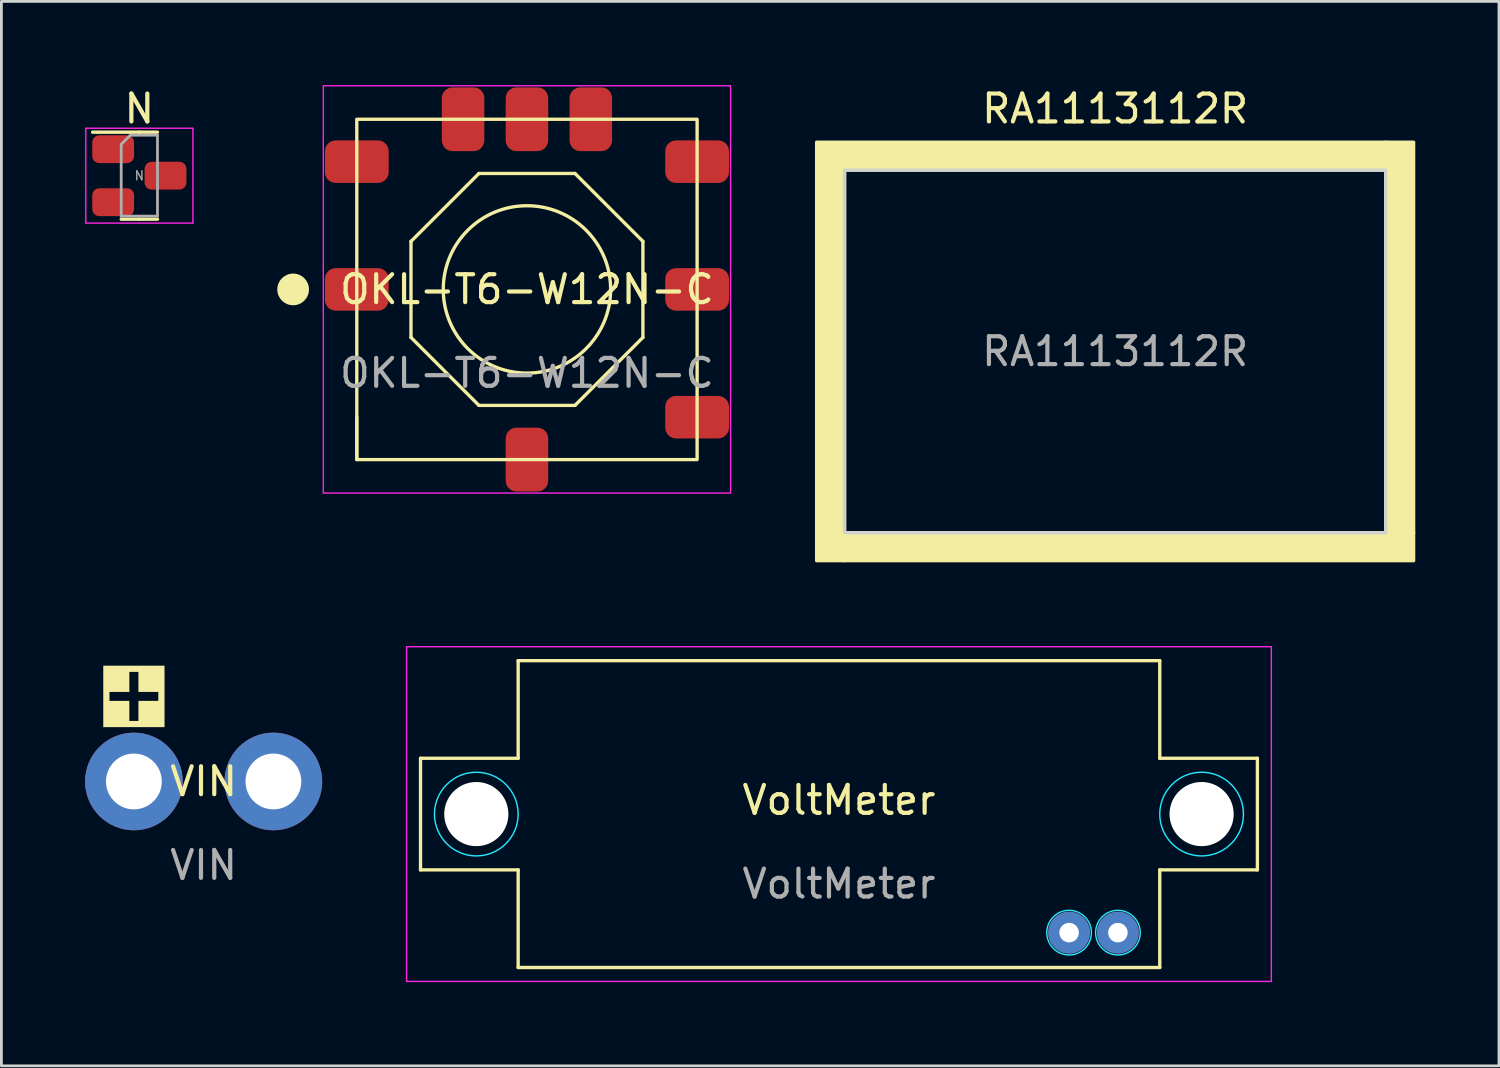
<source format=kicad_pcb>
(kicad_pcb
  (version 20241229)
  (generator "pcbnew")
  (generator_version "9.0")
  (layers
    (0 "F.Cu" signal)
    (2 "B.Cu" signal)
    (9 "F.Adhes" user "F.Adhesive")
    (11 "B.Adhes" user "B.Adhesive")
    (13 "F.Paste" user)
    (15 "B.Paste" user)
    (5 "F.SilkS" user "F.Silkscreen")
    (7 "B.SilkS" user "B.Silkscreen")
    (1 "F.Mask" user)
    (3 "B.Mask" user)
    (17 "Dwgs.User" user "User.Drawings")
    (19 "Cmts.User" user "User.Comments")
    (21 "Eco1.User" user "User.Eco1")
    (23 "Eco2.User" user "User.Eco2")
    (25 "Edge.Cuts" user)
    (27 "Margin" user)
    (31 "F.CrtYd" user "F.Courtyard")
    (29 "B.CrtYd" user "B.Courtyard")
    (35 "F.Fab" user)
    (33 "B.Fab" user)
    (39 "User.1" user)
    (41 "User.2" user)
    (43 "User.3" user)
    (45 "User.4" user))
  (footprint "VIN"
    (layer "F.Cu")
    (at 4.25 24.964)
    (property "Reference" "VIN" (at 0 0 0) (unlocked yes) (layer "F.SilkS") (effects (font (size 1 1) (thickness 0.15))))
    (attr through_hole)
    (fp_text user "+" (at -2.5 -3 0) (unlocked yes) (layer "F.SilkS" knockout) (effects (font (face "Arial Black") (size 2 2) (thickness 0.15))))
    (fp_text user "${REFERENCE}" (at 0 3 0) (unlocked yes) (layer "F.Fab") (effects (font (size 1 1) (thickness 0.15))))
    (pad "1" thru_hole circle (at -2.5 0) (size 3.5 3.5) (drill 2) (layers "*.Cu" "*.Mask"))
    (pad "2" thru_hole circle (at 2.5 0) (size 3.5 3.5) (drill 2) (layers "*.Cu" "*.Mask")))
  (footprint "VoltMeter"
    (layer "F.Cu")
    (at 27.025 26.133)
    (property "Reference" "VoltMeter" (at 0 -0.5 0) (unlocked yes) (layer "F.SilkS") (effects (font (size 1 1) (thickness 0.15))))
    (attr through_hole)
    (fp_line (start -15 -2) (end -11.5 -2) (stroke (width 0.12) (type default)) (layer "F.SilkS"))
    (fp_line (start -15 2) (end -15 -2) (stroke (width 0.12) (type default)) (layer "F.SilkS"))
    (fp_line (start -11.5 -5.5) (end 11.5 -5.5) (stroke (width 0.12) (type default)) (layer "F.SilkS"))
    (fp_line (start -11.5 -2) (end -11.5 -5.5) (stroke (width 0.12) (type default)) (layer "F.SilkS"))
    (fp_line (start -11.5 2) (end -15 2) (stroke (width 0.12) (type default)) (layer "F.SilkS"))
    (fp_line (start -11.5 5.5) (end -11.5 2) (stroke (width 0.12) (type default)) (layer "F.SilkS"))
    (fp_line (start 11.5 -5.5) (end 11.5 -2) (stroke (width 0.12) (type default)) (layer "F.SilkS"))
    (fp_line (start 11.5 -2) (end 15 -2) (stroke (width 0.12) (type default)) (layer "F.SilkS"))
    (fp_line (start 11.5 2) (end 11.5 5.5) (stroke (width 0.12) (type default)) (layer "F.SilkS"))
    (fp_line (start 11.5 5.5) (end -11.5 5.5) (stroke (width 0.12) (type default)) (layer "F.SilkS"))
    (fp_line (start 15 -2) (end 15 2) (stroke (width 0.12) (type default)) (layer "F.SilkS"))
    (fp_line (start 15 2) (end 11.5 2) (stroke (width 0.12) (type default)) (layer "F.SilkS"))
    (fp_circle (center -13 0) (end -11.5 0) (stroke (width 0.05) (type default)) (fill no) (layer "B.CrtYd"))
    (fp_circle (center 8.25 4.25) (end 9.05 4.25) (stroke (width 0.05) (type default)) (fill no) (layer "B.CrtYd"))
    (fp_circle (center 10 4.25) (end 10.8 4.25) (stroke (width 0.05) (type default)) (fill no) (layer "B.CrtYd"))
    (fp_circle (center 13 0) (end 14.5 0) (stroke (width 0.05) (type default)) (fill no) (layer "B.CrtYd"))
    (fp_rect (start 15.5 -6) (end -15.5 6) (stroke (width 0.05) (type default)) (fill no) (layer "F.CrtYd"))
    (fp_text user "${REFERENCE}" (at 0 2.5 0) (unlocked yes) (layer "F.Fab") (effects (font (size 1 1) (thickness 0.15))))
    (pad "" np_thru_hole circle (at -13 0 90) (size 2.3 2.3) (drill 2.3) (layers "*.Cu" "*.Mask"))
    (pad "" np_thru_hole circle (at 13 0 90) (size 2.3 2.3) (drill 2.3) (layers "*.Cu" "*.Mask"))
    (pad "1" thru_hole circle (at 10 4.25 90) (size 1.5 1.5) (drill 0.7) (layers "*.Cu" "*.Mask"))
    (pad "2" thru_hole circle (at 8.25 4.25 90) (size 1.5 1.5) (drill 0.7) (layers "*.Cu" "*.Mask")))
  (footprint "N"
    (layer "F.Cu")
    (at 1.945 3.248)
    (property "Reference" "N" (at 0 -2.4 0) (layer "F.SilkS") (effects (font (size 1 1) (thickness 0.15))))
    (attr smd)
    (fp_line (start 0 -1.56) (end -1.675 -1.56) (stroke (width 0.12) (type solid)) (layer "F.SilkS"))
    (fp_line (start 0 -1.56) (end 0.65 -1.56) (stroke (width 0.12) (type solid)) (layer "F.SilkS"))
    (fp_line (start 0 1.56) (end -0.65 1.56) (stroke (width 0.12) (type solid)) (layer "F.SilkS"))
    (fp_line (start 0 1.56) (end 0.65 1.56) (stroke (width 0.12) (type solid)) (layer "F.SilkS"))
    (fp_line (start -1.92 -1.7) (end -1.92 1.7) (stroke (width 0.05) (type solid)) (layer "F.CrtYd"))
    (fp_line (start -1.92 1.7) (end 1.92 1.7) (stroke (width 0.05) (type solid)) (layer "F.CrtYd"))
    (fp_line (start 1.92 -1.7) (end -1.92 -1.7) (stroke (width 0.05) (type solid)) (layer "F.CrtYd"))
    (fp_line (start 1.92 1.7) (end 1.92 -1.7) (stroke (width 0.05) (type solid)) (layer "F.CrtYd"))
    (fp_line (start -0.65 -1.125) (end -0.325 -1.45) (stroke (width 0.1) (type solid)) (layer "F.Fab"))
    (fp_line (start -0.65 1.45) (end -0.65 -1.125) (stroke (width 0.1) (type solid)) (layer "F.Fab"))
    (fp_line (start -0.325 -1.45) (end 0.65 -1.45) (stroke (width 0.1) (type solid)) (layer "F.Fab"))
    (fp_line (start 0.65 -1.45) (end 0.65 1.45) (stroke (width 0.1) (type solid)) (layer "F.Fab"))
    (fp_line (start 0.65 1.45) (end -0.65 1.45) (stroke (width 0.1) (type solid)) (layer "F.Fab"))
    (fp_text user "${REFERENCE}" (at 0 0 0) (layer "F.Fab") (effects (font (size 0.32 0.32) (thickness 0.05))))
    (pad "1" smd roundrect (at -0.938 -0.95) (size 1.5 1) (layers "F.Cu" "F.Mask" "F.Paste") (roundrect_rratio 0.25))
    (pad "2" smd roundrect (at 0.938 0) (size 1.5 1) (layers "F.Cu" "F.Mask" "F.Paste") (roundrect_rratio 0.25))
    (pad "3" smd roundrect (at -0.938 0.95) (size 1.5 1) (layers "F.Cu" "F.Mask" "F.Paste") (roundrect_rratio 0.25)))
  (footprint "RA1113112R"
    (layer "F.Cu")
    (at 36.925 9.548)
    (property "Reference" "RA1113112R" (at 0 -8.7 0) (unlocked yes) (layer "F.SilkS") (effects (font (size 1 1) (thickness 0.15))))
    (attr through_hole)
    (fp_rect (start -10.7 -7.5) (end 9.7 -6.5) (stroke (width 0.12) (type solid)) (fill yes) (layer "F.SilkS"))
    (fp_rect (start -10.7 -6.5) (end -9.7 7.5) (stroke (width 0.12) (type solid)) (fill yes) (layer "F.SilkS"))
    (fp_rect (start -9.7 6.5) (end 10.7 7.5) (stroke (width 0.12) (type solid)) (fill yes) (layer "F.SilkS"))
    (fp_rect (start 9.7 -7.5) (end 10.7 6.5) (stroke (width 0.12) (type solid)) (fill yes) (layer "F.SilkS"))
    (fp_rect (start 9.7 -6.5) (end -9.7 6.5) (stroke (width 0.12) (type default)) (fill no) (layer "Edge.Cuts"))
    (fp_text user "${REFERENCE}" (at 0 0 0) (unlocked yes) (layer "F.Fab") (effects (font (size 1 1) (thickness 0.15)))))
  (footprint "OKL-T6-W12N-C"
    (layer "F.Cu")
    (at 15.84 7.325)
    (property "Reference" "OKL-T6-W12N-C" (at 0 0 0) (unlocked yes) (layer "F.SilkS") (effects (font (size 1 1) (thickness 0.15))))
    (attr smd)
    (fp_line (start -6.1 4.58) (end -6.1 6.1) (stroke (width 0.12) (type default)) (layer "F.SilkS"))
    (fp_line (start -4.157 -1.722) (end -4.157 1.722) (stroke (width 0.12) (type default)) (layer "F.SilkS"))
    (fp_line (start -4.157 -1.722) (end -1.722 -4.157) (stroke (width 0.12) (type default)) (layer "F.SilkS"))
    (fp_line (start -1.722 4.157) (end -4.157 1.722) (stroke (width 0.12) (type default)) (layer "F.SilkS"))
    (fp_line (start -1.722 4.157) (end 1.722 4.157) (stroke (width 0.12) (type default)) (layer "F.SilkS"))
    (fp_line (start 1.722 -4.157) (end -1.722 -4.157) (stroke (width 0.12) (type default)) (layer "F.SilkS"))
    (fp_line (start 1.722 -4.157) (end 4.157 -1.722) (stroke (width 0.12) (type default)) (layer "F.SilkS"))
    (fp_line (start 4.157 1.722) (end 1.722 4.157) (stroke (width 0.12) (type default)) (layer "F.SilkS"))
    (fp_line (start 4.157 1.722) (end 4.157 -1.722) (stroke (width 0.12) (type default)) (layer "F.SilkS"))
    (fp_rect (start -6.1 -6.1) (end 6.1 6.1) (stroke (width 0.12) (type default)) (fill no) (layer "F.SilkS"))
    (fp_circle (center -8.382 0) (end -7.874 0) (stroke (width 0.12) (type solid)) (fill yes) (layer "F.SilkS"))
    (fp_circle (center 0 0) (end 3 0) (stroke (width 0.12) (type default)) (fill no) (layer "F.SilkS"))
    (fp_rect (start -7.3 7.3) (end 7.3 -7.3) (stroke (width 0.05) (type default)) (fill no) (layer "F.CrtYd"))
    (fp_text user "${REFERENCE}" (at 0 3 0) (unlocked yes) (layer "F.Fab") (effects (font (size 1 1) (thickness 0.15))))
    (pad "1" smd roundrect (at -6.1 0 180) (size 2.286 1.524) (layers "F.Cu" "F.Mask" "F.Paste") (roundrect_rratio 0.25))
    (pad "2" smd roundrect (at -6.1 -4.58 180) (size 2.286 1.524) (layers "F.Cu" "F.Mask" "F.Paste") (roundrect_rratio 0.25))
    (pad "2" smd roundrect (at -2.29 -6.1 90) (size 2.286 1.524) (layers "F.Cu" "F.Mask" "F.Paste") (roundrect_rratio 0.25))
    (pad "3" smd roundrect (at 0 -6.1 90) (size 2.286 1.524) (layers "F.Cu" "F.Mask" "F.Paste") (roundrect_rratio 0.25))
    (pad "3" smd roundrect (at 2.29 -6.1 90) (size 2.286 1.524) (layers "F.Cu" "F.Mask" "F.Paste") (roundrect_rratio 0.25))
    (pad "4" smd roundrect (at 6.1 -4.58 180) (size 2.286 1.524) (layers "F.Cu" "F.Mask" "F.Paste") (roundrect_rratio 0.25))
    (pad "5" smd roundrect (at 6.1 0 180) (size 2.286 1.524) (layers "F.Cu" "F.Mask" "F.Paste") (roundrect_rratio 0.25))
    (pad "6" smd roundrect (at 6.1 4.58 180) (size 2.286 1.524) (layers "F.Cu" "F.Mask" "F.Paste") (roundrect_rratio 0.25))
    (pad "7" smd roundrect (at 0 6.1 90) (size 2.286 1.524) (layers "F.Cu" "F.Mask" "F.Paste") (roundrect_rratio 0.25)))
  (gr_rect
    (start -3 -3)
    (end 50.685 35.158)
    (stroke (width 0.1) (type default))
    (fill no)
    (layer "Edge.Cuts")))
</source>
